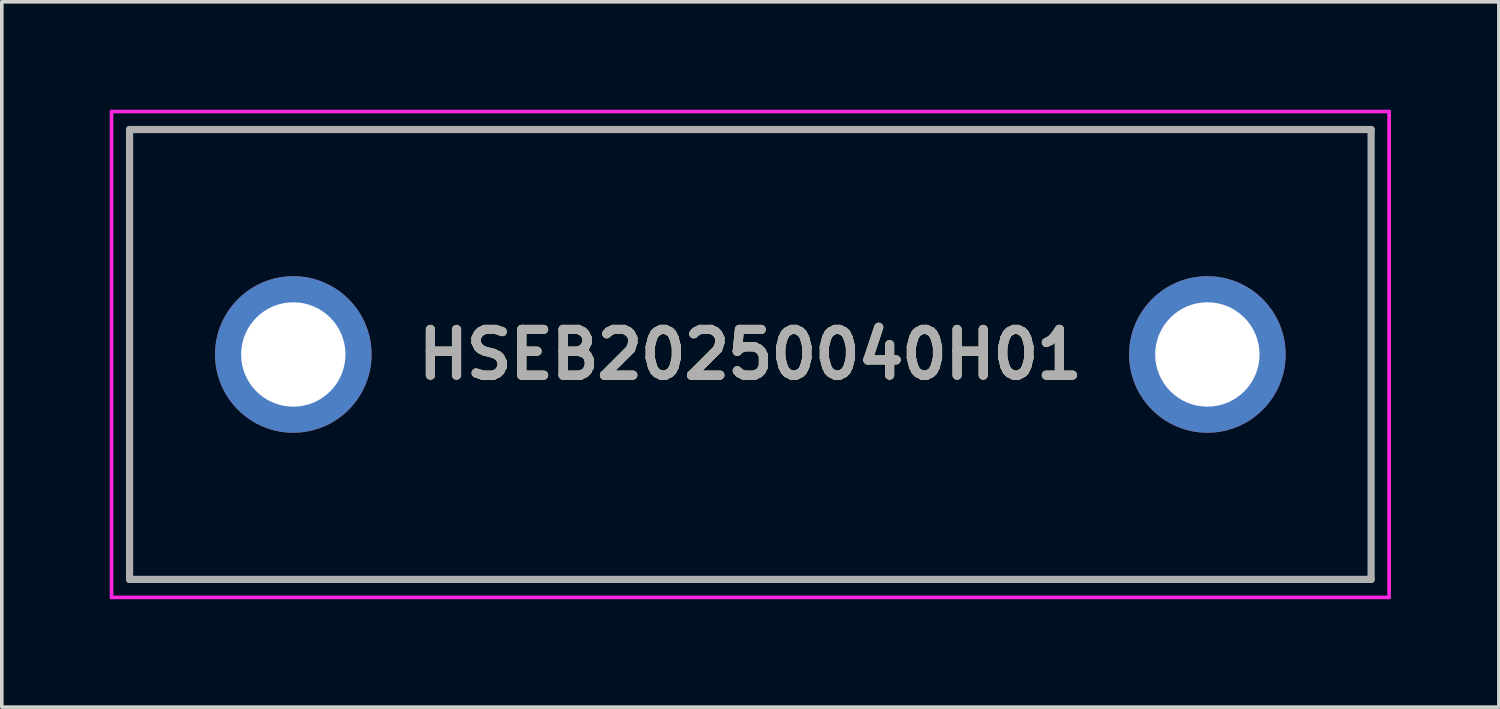
<source format=kicad_pcb>
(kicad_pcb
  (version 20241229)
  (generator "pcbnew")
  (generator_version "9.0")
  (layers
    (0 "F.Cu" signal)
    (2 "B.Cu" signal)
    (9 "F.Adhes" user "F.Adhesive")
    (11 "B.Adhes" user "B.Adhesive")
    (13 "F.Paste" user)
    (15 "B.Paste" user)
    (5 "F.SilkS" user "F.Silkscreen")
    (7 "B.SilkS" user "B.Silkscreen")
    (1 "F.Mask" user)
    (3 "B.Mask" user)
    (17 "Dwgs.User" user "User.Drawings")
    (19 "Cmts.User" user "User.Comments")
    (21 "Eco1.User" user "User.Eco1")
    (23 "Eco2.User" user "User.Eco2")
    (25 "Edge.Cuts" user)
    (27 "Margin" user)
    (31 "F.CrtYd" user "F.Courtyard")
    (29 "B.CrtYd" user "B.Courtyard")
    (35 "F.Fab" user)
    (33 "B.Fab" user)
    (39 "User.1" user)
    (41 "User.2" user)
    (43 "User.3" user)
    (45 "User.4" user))
  (footprint "HSEB20250040H01"
    (layer "F.Cu")
    (at 5.1 6.8)
    (property "Reference" "HSEB20250040H01" (at 12.7 0 0) (layer "F.SilkS") (effects (font (size 1.27 1.27) (thickness 0.254))))
    (attr through_hole)
    (fp_line (start -4.55 -6.25) (end 29.95 -6.25) (stroke (width 0.1) (type solid)) (layer "F.SilkS"))
    (fp_line (start -4.55 6.25) (end -4.55 -6.25) (stroke (width 0.1) (type solid)) (layer "F.SilkS"))
    (fp_line (start 29.95 -6.25) (end 29.95 6.25) (stroke (width 0.1) (type solid)) (layer "F.SilkS"))
    (fp_line (start 29.95 6.25) (end -4.55 6.25) (stroke (width 0.1) (type solid)) (layer "F.SilkS"))
    (fp_line (start -5.05 -6.75) (end 30.45 -6.75) (stroke (width 0.1) (type solid)) (layer "F.CrtYd"))
    (fp_line (start -5.05 6.75) (end -5.05 -6.75) (stroke (width 0.1) (type solid)) (layer "F.CrtYd"))
    (fp_line (start 30.45 -6.75) (end 30.45 6.75) (stroke (width 0.1) (type solid)) (layer "F.CrtYd"))
    (fp_line (start 30.45 6.75) (end -5.05 6.75) (stroke (width 0.1) (type solid)) (layer "F.CrtYd"))
    (fp_line (start -4.55 -6.25) (end 29.95 -6.25) (stroke (width 0.2) (type solid)) (layer "F.Fab"))
    (fp_line (start -4.55 6.25) (end -4.55 -6.25) (stroke (width 0.2) (type solid)) (layer "F.Fab"))
    (fp_line (start 29.95 -6.25) (end 29.95 6.25) (stroke (width 0.2) (type solid)) (layer "F.Fab"))
    (fp_line (start 29.95 6.25) (end -4.55 6.25) (stroke (width 0.2) (type solid)) (layer "F.Fab"))
    (fp_text user "${REFERENCE}" (at 12.7 0 0) (layer "F.Fab") (effects (font (size 1.27 1.27) (thickness 0.254))))
    (pad "1" thru_hole circle (at 0 0) (size 4.35 4.35) (drill 2.9) (layers "*.Cu" "*.Mask"))
    (pad "2" thru_hole circle (at 25.4 0) (size 4.35 4.35) (drill 2.9) (layers "*.Cu" "*.Mask")))
  (gr_rect
    (start -3 -3)
    (end 38.6 16.6)
    (stroke (width 0.1) (type default))
    (fill no)
    (layer "Edge.Cuts")))
</source>
